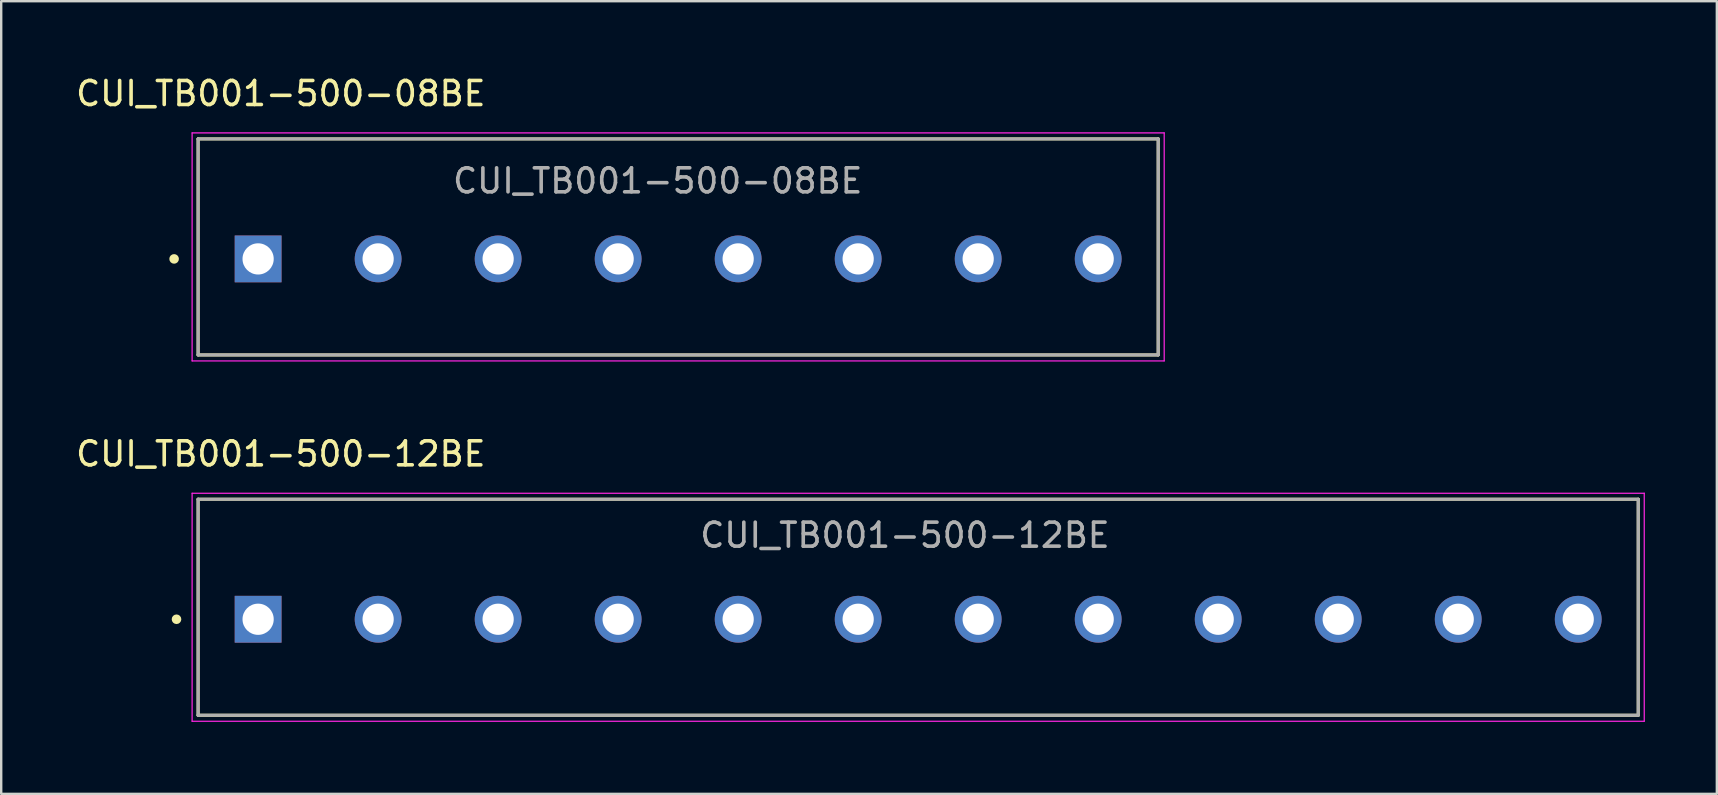
<source format=kicad_pcb>
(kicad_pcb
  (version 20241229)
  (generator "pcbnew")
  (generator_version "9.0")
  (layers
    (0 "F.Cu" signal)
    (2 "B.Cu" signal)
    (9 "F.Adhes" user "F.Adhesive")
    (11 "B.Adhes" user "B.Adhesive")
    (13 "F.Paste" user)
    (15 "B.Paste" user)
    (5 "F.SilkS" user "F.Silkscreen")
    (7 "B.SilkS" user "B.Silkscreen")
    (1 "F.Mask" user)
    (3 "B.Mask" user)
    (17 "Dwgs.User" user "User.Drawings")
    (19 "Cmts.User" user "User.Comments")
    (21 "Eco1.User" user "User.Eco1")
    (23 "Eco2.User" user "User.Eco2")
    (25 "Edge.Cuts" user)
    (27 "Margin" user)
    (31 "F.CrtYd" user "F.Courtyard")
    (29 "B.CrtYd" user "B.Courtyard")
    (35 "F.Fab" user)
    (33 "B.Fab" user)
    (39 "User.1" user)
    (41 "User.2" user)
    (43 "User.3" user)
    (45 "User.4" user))
  (footprint "CUI_TB001-500-12BE"
    (layer "F.Cu")
    (at 7.704 22.75)
    (property "Reference" "CUI_TB001-500-12BE" (at 0.945 -6.889 0) (layer "F.SilkS") (effects (font (size 1 1) (thickness 0.15))))
    (attr through_hole)
    (fp_line (start -2.5 -5) (end 57.5 -5) (stroke (width 0.127) (type solid)) (layer "F.SilkS"))
    (fp_line (start -2.5 4) (end -2.5 -5) (stroke (width 0.127) (type solid)) (layer "F.SilkS"))
    (fp_line (start 57.5 -5) (end 57.5 4) (stroke (width 0.127) (type solid)) (layer "F.SilkS"))
    (fp_line (start 57.5 4) (end -2.5 4) (stroke (width 0.127) (type solid)) (layer "F.SilkS"))
    (fp_circle (center -3.4 0) (end -3.3 0) (stroke (width 0.2) (type solid)) (fill no) (layer "F.SilkS"))
    (fp_line (start -2.75 -5.25) (end 57.75 -5.25) (stroke (width 0.05) (type solid)) (layer "F.CrtYd"))
    (fp_line (start -2.75 4.25) (end -2.75 -5.25) (stroke (width 0.05) (type solid)) (layer "F.CrtYd"))
    (fp_line (start 57.75 -5.25) (end 57.75 4.25) (stroke (width 0.05) (type solid)) (layer "F.CrtYd"))
    (fp_line (start 57.75 4.25) (end -2.75 4.25) (stroke (width 0.05) (type solid)) (layer "F.CrtYd"))
    (fp_line (start -2.5 -5) (end 57.5 -5) (stroke (width 0.127) (type solid)) (layer "F.Fab"))
    (fp_line (start -2.5 4) (end -2.5 -5) (stroke (width 0.127) (type solid)) (layer "F.Fab"))
    (fp_line (start 57.5 -5) (end 57.5 4) (stroke (width 0.127) (type solid)) (layer "F.Fab"))
    (fp_line (start 57.5 4) (end -2.5 4) (stroke (width 0.127) (type solid)) (layer "F.Fab"))
    (fp_text user "${REFERENCE}" (at 26.95 -3.5 0) (layer "F.Fab") (effects (font (size 1 1) (thickness 0.15))))
    (pad "1" thru_hole rect (at 0 0) (size 1.95 1.95) (drill 1.3) (layers "*.Cu" "*.Mask"))
    (pad "2" thru_hole circle (at 5 0) (size 1.95 1.95) (drill 1.3) (layers "*.Cu" "*.Mask"))
    (pad "3" thru_hole circle (at 10 0) (size 1.95 1.95) (drill 1.3) (layers "*.Cu" "*.Mask"))
    (pad "4" thru_hole circle (at 15 0) (size 1.95 1.95) (drill 1.3) (layers "*.Cu" "*.Mask"))
    (pad "5" thru_hole circle (at 20 0) (size 1.95 1.95) (drill 1.3) (layers "*.Cu" "*.Mask"))
    (pad "6" thru_hole circle (at 25 0) (size 1.95 1.95) (drill 1.3) (layers "*.Cu" "*.Mask"))
    (pad "7" thru_hole circle (at 30 0) (size 1.95 1.95) (drill 1.3) (layers "*.Cu" "*.Mask"))
    (pad "8" thru_hole circle (at 35 0) (size 1.95 1.95) (drill 1.3) (layers "*.Cu" "*.Mask"))
    (pad "9" thru_hole circle (at 40 0) (size 1.95 1.95) (drill 1.3) (layers "*.Cu" "*.Mask"))
    (pad "10" thru_hole circle (at 45 0) (size 1.95 1.95) (drill 1.3) (layers "*.Cu" "*.Mask"))
    (pad "11" thru_hole circle (at 50 0) (size 1.95 1.95) (drill 1.3) (layers "*.Cu" "*.Mask"))
    (pad "12" thru_hole circle (at 55 0) (size 1.95 1.95) (drill 1.3) (layers "*.Cu" "*.Mask")))
  (footprint "CUI_TB001-500-08BE"
    (layer "F.Cu")
    (at 7.704 7.737)
    (property "Reference" "CUI_TB001-500-08BE" (at 0.945 -6.889 0) (layer "F.SilkS") (effects (font (size 1 1) (thickness 0.15))))
    (attr through_hole)
    (fp_line (start -2.5 -5) (end 37.5 -5) (stroke (width 0.127) (type solid)) (layer "F.SilkS"))
    (fp_line (start -2.5 4) (end -2.5 -5) (stroke (width 0.127) (type solid)) (layer "F.SilkS"))
    (fp_line (start 37.5 -5) (end 37.5 4) (stroke (width 0.127) (type solid)) (layer "F.SilkS"))
    (fp_line (start 37.5 4) (end -2.5 4) (stroke (width 0.127) (type solid)) (layer "F.SilkS"))
    (fp_circle (center -3.5 0) (end -3.4 0) (stroke (width 0.2) (type solid)) (fill no) (layer "F.SilkS"))
    (fp_line (start -2.75 -5.25) (end 37.75 -5.25) (stroke (width 0.05) (type solid)) (layer "F.CrtYd"))
    (fp_line (start -2.75 4.25) (end -2.75 -5.25) (stroke (width 0.05) (type solid)) (layer "F.CrtYd"))
    (fp_line (start 37.75 -5.25) (end 37.75 4.25) (stroke (width 0.05) (type solid)) (layer "F.CrtYd"))
    (fp_line (start 37.75 4.25) (end -2.75 4.25) (stroke (width 0.05) (type solid)) (layer "F.CrtYd"))
    (fp_line (start -2.5 -5) (end 37.5 -5) (stroke (width 0.127) (type solid)) (layer "F.Fab"))
    (fp_line (start -2.5 4) (end -2.5 -5) (stroke (width 0.127) (type solid)) (layer "F.Fab"))
    (fp_line (start 37.5 -5) (end 37.5 4) (stroke (width 0.127) (type solid)) (layer "F.Fab"))
    (fp_line (start 37.5 4) (end -2.5 4) (stroke (width 0.127) (type solid)) (layer "F.Fab"))
    (fp_text user "${REFERENCE}" (at 16.65 -3.25 0) (layer "F.Fab") (effects (font (size 1 1) (thickness 0.15))))
    (pad "1" thru_hole rect (at 0 0) (size 1.95 1.95) (drill 1.3) (layers "*.Cu" "*.Mask"))
    (pad "2" thru_hole circle (at 5 0) (size 1.95 1.95) (drill 1.3) (layers "*.Cu" "*.Mask"))
    (pad "3" thru_hole circle (at 10 0) (size 1.95 1.95) (drill 1.3) (layers "*.Cu" "*.Mask"))
    (pad "4" thru_hole circle (at 15 0) (size 1.95 1.95) (drill 1.3) (layers "*.Cu" "*.Mask"))
    (pad "5" thru_hole circle (at 20 0) (size 1.95 1.95) (drill 1.3) (layers "*.Cu" "*.Mask"))
    (pad "6" thru_hole circle (at 25 0) (size 1.95 1.95) (drill 1.3) (layers "*.Cu" "*.Mask"))
    (pad "7" thru_hole circle (at 30 0) (size 1.95 1.95) (drill 1.3) (layers "*.Cu" "*.Mask"))
    (pad "8" thru_hole circle (at 35 0) (size 1.95 1.95) (drill 1.3) (layers "*.Cu" "*.Mask")))
  (gr_rect
    (start -3 -3)
    (end 68.479 30.024)
    (stroke (width 0.1) (type default))
    (fill no)
    (layer "Edge.Cuts")))
</source>
